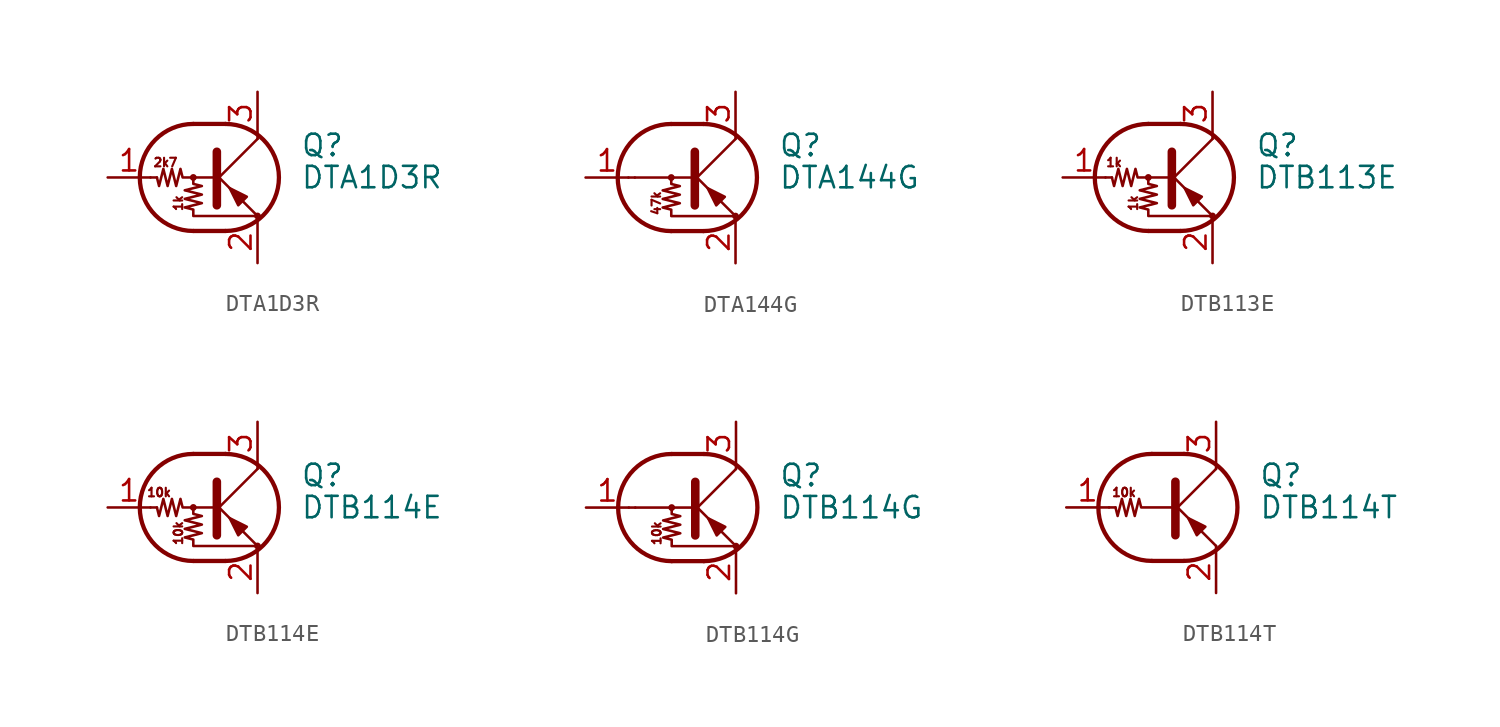
<source format=kicad_sym>
(kicad_symbol_lib
  (version 20241209)
  (generator "kicad_symbol_editor")
  (generator_version "9.0")
  (symbol "DTA1D3R"
    (pin_names
      (offset 0)
      (hide yes))
    (property "Reference" "Q"
      (at 5.08 1.905 0)
      (effects (font (size 1.27 1.27)) (justify left)))
    (property "Value" "DTA1D3R"
      (at 5.08 0 0)
      (effects (font (size 1.27 1.27)) (justify left)))
    (symbol "DTA1D3R_0_0"
      (text "2k7" (at -2.921 0.889 0) (effects (font (size 0.508 0.508))))
      (text "1k" (at -2.159 -1.524 900) (effects (font (size 0.508 0.508)))))
    (symbol "DTA1D3R_0_1"
      (polyline (pts (xy -3.429 0) (xy -3.81 0)) (stroke (width 0) (type default)) (fill (type none)))
      (polyline (pts (xy -1.27 3.175) (xy 0.635 3.175)) (stroke (width 0.254) (type default)) (fill (type none)))
      (circle (center -1.27 0) (radius 0.127) (stroke (width 0) (type default)) (fill (type none)))
      (polyline (pts (xy -1.27 0) (xy -1.27 -0.381) (xy -0.762 -0.508) (xy -1.778 -0.762) (xy -0.762 -1.016) (xy -1.778 -1.27) (xy -0.762 -1.524) (xy -1.778 -1.778) (xy -1.27 -1.905) (xy -1.27 -2.286) (xy 2.54 -2.286)) (stroke (width 0) (type default)) (fill (type none)))
      (polyline (pts (xy -1.27 -3.175) (xy 0.635 -3.175)) (stroke (width 0.254) (type default)) (fill (type none)))
      (arc (start -1.27 -3.175) (mid -4.4312 0) (end -1.27 3.175) (stroke (width 0.254) (type default)) (fill (type none)))
      (polyline (pts (xy 0 0) (xy -1.905 0) (xy -2.032 0.508) (xy -2.286 -0.508) (xy -2.54 0.508) (xy -2.794 -0.508) (xy -3.048 0.508) (xy -3.302 -0.508) (xy -3.429 0)) (stroke (width 0) (type default)) (fill (type none)))
      (polyline (pts (xy 0 -0.254) (xy 2.54 2.286)) (stroke (width 0) (type default)) (fill (type none)))
      (polyline (pts (xy 0.127 1.524) (xy 0.127 -1.651)) (stroke (width 0.508) (type default)) (fill (type outline)))
      (arc (start 0.635 3.175) (mid 3.7962 0) (end 0.635 -3.175) (stroke (width 0.254) (type default)) (fill (type none)))
      (polyline (pts (xy 1.397 -1.651) (xy 1.905 -1.143) (xy 0.889 -0.635) (xy 1.397 -1.651)) (stroke (width 0) (type default)) (fill (type outline)))
      (polyline (pts (xy 2.54 2.286) (xy 2.54 2.54)) (stroke (width 0) (type default)) (fill (type none)))
      (polyline (pts (xy 2.54 -2.286) (xy 0 0.254) (xy 0 0.254)) (stroke (width 0) (type default)) (fill (type none)))
      (circle (center 2.54 -2.286) (radius 0.127) (stroke (width 0) (type default)) (fill (type none))))
    (symbol "DTA1D3R_1_1"
      (pin input line (at -6.35 0 0) (length 2.54) (name "B" (effects (font (size 1.27 1.27)))) (number "1" (effects (font (size 1.27 1.27)))))
      (pin passive line (at 2.54 5.08 270) (length 2.54) (name "C" (effects (font (size 1.27 1.27)))) (number "3" (effects (font (size 1.27 1.27)))))
      (pin passive line (at 2.54 -5.08 90) (length 2.54) (name "E" (effects (font (size 1.27 1.27)))) (number "2" (effects (font (size 1.27 1.27)))))))
  (symbol "DTA144G"
    (pin_names
      (offset 0)
      (hide yes))
    (property "Reference" "Q"
      (at 5.08 1.905 0)
      (effects (font (size 1.27 1.27)) (justify left)))
    (property "Value" "DTA144G"
      (at 5.08 0 0)
      (effects (font (size 1.27 1.27)) (justify left)))
    (symbol "DTA144G_0_0"
      (polyline (pts (xy -3.429 0) (xy 0 0)) (stroke (width 0) (type default)) (fill (type none)))
      (text "47k" (at -2.159 -1.524 900) (effects (font (size 0.508 0.508)))))
    (symbol "DTA144G_0_1"
      (polyline (pts (xy -3.429 0) (xy -3.81 0)) (stroke (width 0) (type default)) (fill (type none)))
      (polyline (pts (xy -1.27 3.175) (xy 0.635 3.175)) (stroke (width 0.254) (type default)) (fill (type none)))
      (circle (center -1.27 0) (radius 0.127) (stroke (width 0) (type default)) (fill (type none)))
      (polyline (pts (xy -1.27 0) (xy -1.27 -0.381) (xy -0.762 -0.508) (xy -1.778 -0.762) (xy -0.762 -1.016) (xy -1.778 -1.27) (xy -0.762 -1.524) (xy -1.778 -1.778) (xy -1.27 -1.905) (xy -1.27 -2.286) (xy 2.54 -2.286)) (stroke (width 0) (type default)) (fill (type none)))
      (polyline (pts (xy -1.27 -3.175) (xy 0.635 -3.175)) (stroke (width 0.254) (type default)) (fill (type none)))
      (arc (start -1.27 -3.175) (mid -4.4312 0) (end -1.27 3.175) (stroke (width 0.254) (type default)) (fill (type none)))
      (polyline (pts (xy 0 -0.254) (xy 2.54 2.286)) (stroke (width 0) (type default)) (fill (type none)))
      (polyline (pts (xy 0.127 1.524) (xy 0.127 -1.651)) (stroke (width 0.508) (type default)) (fill (type outline)))
      (arc (start 0.635 3.175) (mid 3.7962 0) (end 0.635 -3.175) (stroke (width 0.254) (type default)) (fill (type none)))
      (polyline (pts (xy 1.397 -1.651) (xy 1.905 -1.143) (xy 0.889 -0.635) (xy 1.397 -1.651)) (stroke (width 0) (type default)) (fill (type outline)))
      (polyline (pts (xy 2.54 2.286) (xy 2.54 2.54)) (stroke (width 0) (type default)) (fill (type none)))
      (polyline (pts (xy 2.54 -2.286) (xy 0 0.254) (xy 0 0.254)) (stroke (width 0) (type default)) (fill (type none)))
      (circle (center 2.54 -2.286) (radius 0.127) (stroke (width 0) (type default)) (fill (type none))))
    (symbol "DTA144G_1_1"
      (pin input line (at -6.35 0 0) (length 2.54) (name "B" (effects (font (size 1.27 1.27)))) (number "1" (effects (font (size 1.27 1.27)))))
      (pin passive line (at 2.54 5.08 270) (length 2.54) (name "C" (effects (font (size 1.27 1.27)))) (number "3" (effects (font (size 1.27 1.27)))))
      (pin passive line (at 2.54 -5.08 90) (length 2.54) (name "E" (effects (font (size 1.27 1.27)))) (number "2" (effects (font (size 1.27 1.27)))))))
  (symbol "DTB113E"
    (pin_names
      (offset 0)
      (hide yes))
    (property "Reference" "Q"
      (at 5.08 1.905 0)
      (effects (font (size 1.27 1.27)) (justify left)))
    (property "Value" "DTB113E"
      (at 5.08 0 0)
      (effects (font (size 1.27 1.27)) (justify left)))
    (symbol "DTB113E_0_0"
      (text "1k" (at -3.302 0.889 0) (effects (font (size 0.508 0.508))))
      (text "1k" (at -2.159 -1.524 900) (effects (font (size 0.508 0.508)))))
    (symbol "DTB113E_0_1"
      (polyline (pts (xy -3.429 0) (xy -3.81 0)) (stroke (width 0) (type default)) (fill (type none)))
      (polyline (pts (xy -1.27 3.175) (xy 0.635 3.175)) (stroke (width 0.254) (type default)) (fill (type none)))
      (circle (center -1.27 0) (radius 0.127) (stroke (width 0) (type default)) (fill (type none)))
      (polyline (pts (xy -1.27 0) (xy -1.27 -0.381) (xy -0.762 -0.508) (xy -1.778 -0.762) (xy -0.762 -1.016) (xy -1.778 -1.27) (xy -0.762 -1.524) (xy -1.778 -1.778) (xy -1.27 -1.905) (xy -1.27 -2.286) (xy 2.54 -2.286)) (stroke (width 0) (type default)) (fill (type none)))
      (polyline (pts (xy -1.27 -3.175) (xy 0.635 -3.175)) (stroke (width 0.254) (type default)) (fill (type none)))
      (arc (start -1.27 -3.175) (mid -4.4312 0) (end -1.27 3.175) (stroke (width 0.254) (type default)) (fill (type none)))
      (polyline (pts (xy 0 0) (xy -1.905 0) (xy -2.032 0.508) (xy -2.286 -0.508) (xy -2.54 0.508) (xy -2.794 -0.508) (xy -3.048 0.508) (xy -3.302 -0.508) (xy -3.429 0)) (stroke (width 0) (type default)) (fill (type none)))
      (polyline (pts (xy 0 -0.254) (xy 2.54 2.286)) (stroke (width 0) (type default)) (fill (type none)))
      (polyline (pts (xy 0.127 1.524) (xy 0.127 -1.651)) (stroke (width 0.508) (type default)) (fill (type outline)))
      (arc (start 0.635 3.175) (mid 3.7962 0) (end 0.635 -3.175) (stroke (width 0.254) (type default)) (fill (type none)))
      (polyline (pts (xy 1.397 -1.651) (xy 1.905 -1.143) (xy 0.889 -0.635) (xy 1.397 -1.651)) (stroke (width 0) (type default)) (fill (type outline)))
      (polyline (pts (xy 2.54 2.286) (xy 2.54 2.54)) (stroke (width 0) (type default)) (fill (type none)))
      (polyline (pts (xy 2.54 -2.286) (xy 0 0.254) (xy 0 0.254)) (stroke (width 0) (type default)) (fill (type none)))
      (circle (center 2.54 -2.286) (radius 0.127) (stroke (width 0) (type default)) (fill (type none))))
    (symbol "DTB113E_1_1"
      (pin input line (at -6.35 0 0) (length 2.54) (name "B" (effects (font (size 1.27 1.27)))) (number "1" (effects (font (size 1.27 1.27)))))
      (pin passive line (at 2.54 5.08 270) (length 2.54) (name "C" (effects (font (size 1.27 1.27)))) (number "3" (effects (font (size 1.27 1.27)))))
      (pin passive line (at 2.54 -5.08 90) (length 2.54) (name "E" (effects (font (size 1.27 1.27)))) (number "2" (effects (font (size 1.27 1.27)))))))
  (symbol "DTB114E"
    (pin_names
      (offset 0)
      (hide yes))
    (property "Reference" "Q"
      (at 5.08 1.905 0)
      (effects (font (size 1.27 1.27)) (justify left)))
    (property "Value" "DTB114E"
      (at 5.08 0 0)
      (effects (font (size 1.27 1.27)) (justify left)))
    (symbol "DTB114E_0_0"
      (text "10k" (at -3.302 0.889 0) (effects (font (size 0.508 0.508))))
      (text "10k" (at -2.159 -1.524 900) (effects (font (size 0.508 0.508)))))
    (symbol "DTB114E_0_1"
      (polyline (pts (xy -3.429 0) (xy -3.81 0)) (stroke (width 0) (type default)) (fill (type none)))
      (polyline (pts (xy -1.27 3.175) (xy 0.635 3.175)) (stroke (width 0.254) (type default)) (fill (type none)))
      (circle (center -1.27 0) (radius 0.127) (stroke (width 0) (type default)) (fill (type none)))
      (polyline (pts (xy -1.27 0) (xy -1.27 -0.381) (xy -0.762 -0.508) (xy -1.778 -0.762) (xy -0.762 -1.016) (xy -1.778 -1.27) (xy -0.762 -1.524) (xy -1.778 -1.778) (xy -1.27 -1.905) (xy -1.27 -2.286) (xy 2.54 -2.286)) (stroke (width 0) (type default)) (fill (type none)))
      (polyline (pts (xy -1.27 -3.175) (xy 0.635 -3.175)) (stroke (width 0.254) (type default)) (fill (type none)))
      (arc (start -1.27 -3.175) (mid -4.4312 0) (end -1.27 3.175) (stroke (width 0.254) (type default)) (fill (type none)))
      (polyline (pts (xy 0 0) (xy -1.905 0) (xy -2.032 0.508) (xy -2.286 -0.508) (xy -2.54 0.508) (xy -2.794 -0.508) (xy -3.048 0.508) (xy -3.302 -0.508) (xy -3.429 0)) (stroke (width 0) (type default)) (fill (type none)))
      (polyline (pts (xy 0 -0.254) (xy 2.54 2.286)) (stroke (width 0) (type default)) (fill (type none)))
      (polyline (pts (xy 0.127 1.524) (xy 0.127 -1.651)) (stroke (width 0.508) (type default)) (fill (type outline)))
      (arc (start 0.635 3.175) (mid 3.7962 0) (end 0.635 -3.175) (stroke (width 0.254) (type default)) (fill (type none)))
      (polyline (pts (xy 1.397 -1.651) (xy 1.905 -1.143) (xy 0.889 -0.635) (xy 1.397 -1.651)) (stroke (width 0) (type default)) (fill (type outline)))
      (polyline (pts (xy 2.54 2.286) (xy 2.54 2.54)) (stroke (width 0) (type default)) (fill (type none)))
      (polyline (pts (xy 2.54 -2.286) (xy 0 0.254) (xy 0 0.254)) (stroke (width 0) (type default)) (fill (type none)))
      (circle (center 2.54 -2.286) (radius 0.127) (stroke (width 0) (type default)) (fill (type none))))
    (symbol "DTB114E_1_1"
      (pin input line (at -6.35 0 0) (length 2.54) (name "B" (effects (font (size 1.27 1.27)))) (number "1" (effects (font (size 1.27 1.27)))))
      (pin passive line (at 2.54 5.08 270) (length 2.54) (name "C" (effects (font (size 1.27 1.27)))) (number "3" (effects (font (size 1.27 1.27)))))
      (pin passive line (at 2.54 -5.08 90) (length 2.54) (name "E" (effects (font (size 1.27 1.27)))) (number "2" (effects (font (size 1.27 1.27)))))))
  (symbol "DTB114G"
    (pin_names
      (offset 0)
      (hide yes))
    (property "Reference" "Q"
      (at 5.08 1.905 0)
      (effects (font (size 1.27 1.27)) (justify left)))
    (property "Value" "DTB114G"
      (at 5.08 0 0)
      (effects (font (size 1.27 1.27)) (justify left)))
    (symbol "DTB114G_0_0"
      (polyline (pts (xy -3.429 0) (xy 0 0)) (stroke (width 0) (type default)) (fill (type none)))
      (text "10k" (at -2.159 -1.524 900) (effects (font (size 0.508 0.508)))))
    (symbol "DTB114G_0_1"
      (polyline (pts (xy -3.429 0) (xy -3.81 0)) (stroke (width 0) (type default)) (fill (type none)))
      (polyline (pts (xy -1.27 3.175) (xy 0.635 3.175)) (stroke (width 0.254) (type default)) (fill (type none)))
      (circle (center -1.27 0) (radius 0.127) (stroke (width 0) (type default)) (fill (type none)))
      (polyline (pts (xy -1.27 0) (xy -1.27 -0.381) (xy -0.762 -0.508) (xy -1.778 -0.762) (xy -0.762 -1.016) (xy -1.778 -1.27) (xy -0.762 -1.524) (xy -1.778 -1.778) (xy -1.27 -1.905) (xy -1.27 -2.286) (xy 2.54 -2.286)) (stroke (width 0) (type default)) (fill (type none)))
      (polyline (pts (xy -1.27 -3.175) (xy 0.635 -3.175)) (stroke (width 0.254) (type default)) (fill (type none)))
      (arc (start -1.27 -3.175) (mid -4.4312 0) (end -1.27 3.175) (stroke (width 0.254) (type default)) (fill (type none)))
      (polyline (pts (xy 0 -0.254) (xy 2.54 2.286)) (stroke (width 0) (type default)) (fill (type none)))
      (polyline (pts (xy 0.127 1.524) (xy 0.127 -1.651)) (stroke (width 0.508) (type default)) (fill (type outline)))
      (arc (start 0.635 3.175) (mid 3.7962 0) (end 0.635 -3.175) (stroke (width 0.254) (type default)) (fill (type none)))
      (polyline (pts (xy 1.397 -1.651) (xy 1.905 -1.143) (xy 0.889 -0.635) (xy 1.397 -1.651)) (stroke (width 0) (type default)) (fill (type outline)))
      (polyline (pts (xy 2.54 2.286) (xy 2.54 2.54)) (stroke (width 0) (type default)) (fill (type none)))
      (polyline (pts (xy 2.54 -2.286) (xy 0 0.254) (xy 0 0.254)) (stroke (width 0) (type default)) (fill (type none)))
      (circle (center 2.54 -2.286) (radius 0.127) (stroke (width 0) (type default)) (fill (type none))))
    (symbol "DTB114G_1_1"
      (pin input line (at -6.35 0 0) (length 2.54) (name "B" (effects (font (size 1.27 1.27)))) (number "1" (effects (font (size 1.27 1.27)))))
      (pin passive line (at 2.54 5.08 270) (length 2.54) (name "C" (effects (font (size 1.27 1.27)))) (number "3" (effects (font (size 1.27 1.27)))))
      (pin passive line (at 2.54 -5.08 90) (length 2.54) (name "E" (effects (font (size 1.27 1.27)))) (number "2" (effects (font (size 1.27 1.27)))))))
  (symbol "DTB114T"
    (pin_names
      (offset 0)
      (hide yes))
    (property "Reference" "Q"
      (at 5.08 1.905 0)
      (effects (font (size 1.27 1.27)) (justify left)))
    (property "Value" "DTB114T"
      (at 5.08 0 0)
      (effects (font (size 1.27 1.27)) (justify left)))
    (symbol "DTB114T_0_0"
      (polyline (pts (xy 2.54 -2.286) (xy 2.54 -2.54)) (stroke (width 0) (type default)) (fill (type none)))
      (text "10k" (at -2.921 0.889 0) (effects (font (size 0.508 0.508)))))
    (symbol "DTB114T_0_1"
      (polyline (pts (xy -3.429 0) (xy -3.81 0)) (stroke (width 0) (type default)) (fill (type none)))
      (polyline (pts (xy -1.27 3.175) (xy 0.635 3.175)) (stroke (width 0.254) (type default)) (fill (type none)))
      (polyline (pts (xy -1.27 -3.175) (xy 0.635 -3.175)) (stroke (width 0.254) (type default)) (fill (type none)))
      (arc (start -1.27 -3.175) (mid -4.4312 0) (end -1.27 3.175) (stroke (width 0.254) (type default)) (fill (type none)))
      (polyline (pts (xy 0 0) (xy -1.905 0) (xy -2.032 0.508) (xy -2.286 -0.508) (xy -2.54 0.508) (xy -2.794 -0.508) (xy -3.048 0.508) (xy -3.302 -0.508) (xy -3.429 0)) (stroke (width 0) (type default)) (fill (type none)))
      (polyline (pts (xy 0 -0.254) (xy 2.54 2.286)) (stroke (width 0) (type default)) (fill (type none)))
      (polyline (pts (xy 0.127 1.524) (xy 0.127 -1.651)) (stroke (width 0.508) (type default)) (fill (type outline)))
      (arc (start 0.635 3.175) (mid 3.7962 0) (end 0.635 -3.175) (stroke (width 0.254) (type default)) (fill (type none)))
      (polyline (pts (xy 1.397 -1.651) (xy 1.905 -1.143) (xy 0.889 -0.635) (xy 1.397 -1.651)) (stroke (width 0) (type default)) (fill (type outline)))
      (polyline (pts (xy 2.54 2.286) (xy 2.54 2.54)) (stroke (width 0) (type default)) (fill (type none)))
      (polyline (pts (xy 2.54 -2.286) (xy 0 0.254) (xy 0 0.254)) (stroke (width 0) (type default)) (fill (type none))))
    (symbol "DTB114T_1_1"
      (pin input line (at -6.35 0 0) (length 2.54) (name "B" (effects (font (size 1.27 1.27)))) (number "1" (effects (font (size 1.27 1.27)))))
      (pin passive line (at 2.54 5.08 270) (length 2.54) (name "C" (effects (font (size 1.27 1.27)))) (number "3" (effects (font (size 1.27 1.27)))))
      (pin passive line (at 2.54 -5.08 90) (length 2.54) (name "E" (effects (font (size 1.27 1.27)))) (number "2" (effects (font (size 1.27 1.27))))))))
</source>
